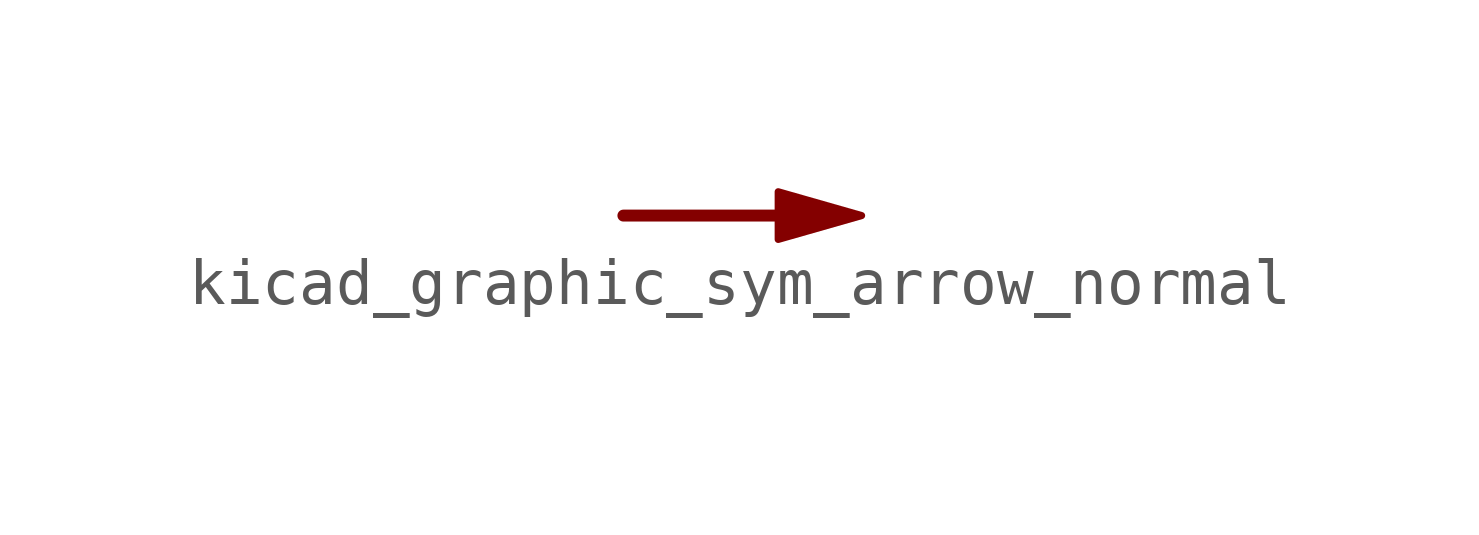
<source format=kicad_sym>
(kicad_symbol_lib
  (version 20220914)
  (generator kicad_symbol_editor)
  (symbol "kicad_graphic_sym_arrow_normal"
    (property "Reference" "#SYM"
      (at 0 1.524 0)
      (effects (font (size 1.27 1.27)) hide))
    (symbol "kicad_graphic_sym_arrow_normal_0_1"
      (polyline (pts (xy 1.524 0) (xy -2.54 0)) (stroke (width 0.254) (type default)) (fill (type none)))
      (polyline (pts (xy 2.54 0) (xy 0.762 -0.508) (xy 0.762 0.508) (xy 2.54 0)) (stroke (width 0) (type default)) (fill (type outline))))))
</source>
